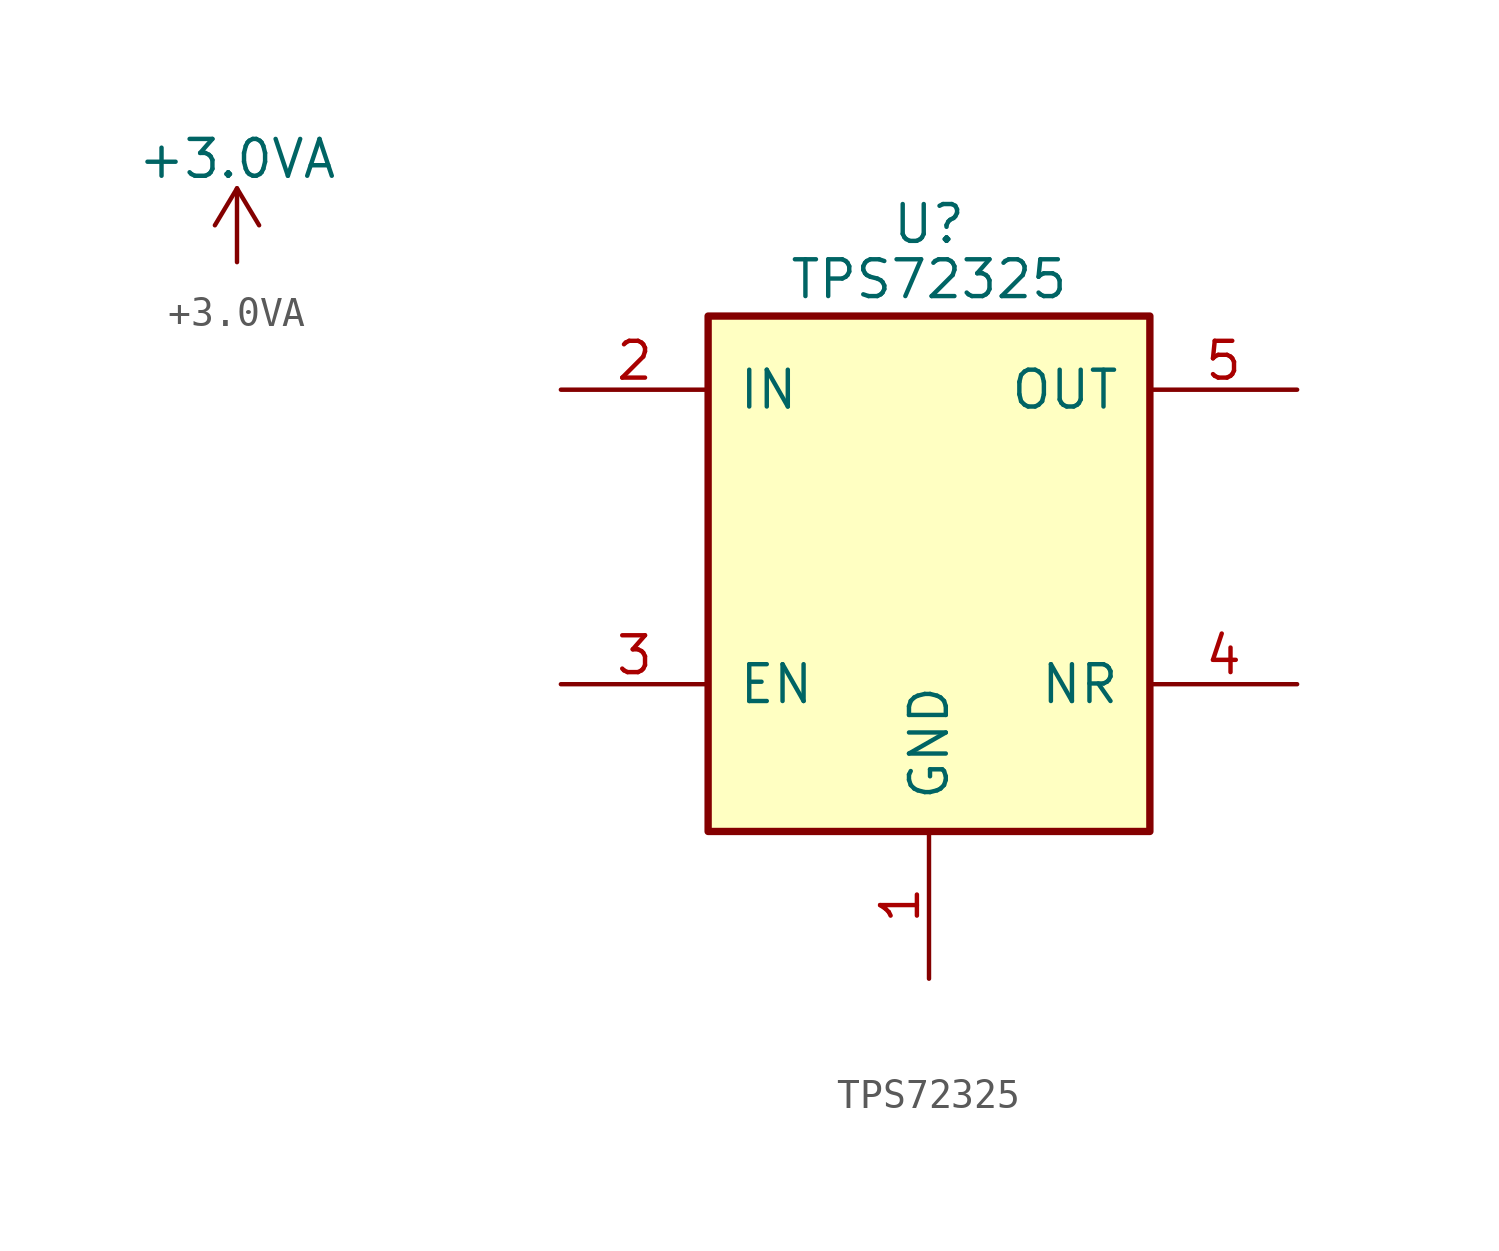
<source format=kicad_sym>
(kicad_symbol_lib
  (version 20220914)
  (generator kicad_symbol_editor)
  (symbol "+3.0VA"
    (power)
    (pin_names
      (offset 0))
    (property "Reference" "#PWR"
      (at 0 -3.81 0)
      (effects (font (size 1.27 1.27)) hide))
    (property "Value" "+3.0VA"
      (at 0 3.556 0)
      (effects (font (size 1.27 1.27))))
    (symbol "+3.0VA_0_1"
      (polyline (pts (xy -0.762 1.27) (xy 0 2.54)) (stroke (width 0) (type default)) (fill (type none)))
      (polyline (pts (xy 0 0) (xy 0 2.54)) (stroke (width 0) (type default)) (fill (type none)))
      (polyline (pts (xy 0 2.54) (xy 0.762 1.27)) (stroke (width 0) (type default)) (fill (type none))))
    (symbol "+3.0VA_1_1"
      (pin power_in line (at 0 0 90) (length 0) hide (name "+3.0VA" (effects (font (size 1.27 1.27)))) (number "1" (effects (font (size 1.27 1.27)))))))
  (symbol "TPS72325"
    (pin_names
      (offset 1.016))
    (property "Reference" "U"
      (at 0 10.795 0)
      (effects (font (size 1.27 1.27))))
    (property "Value" "TPS72325"
      (at 0 8.89 0)
      (effects (font (size 1.27 1.27))))
    (symbol "TPS72325_0_1"
      (rectangle (start -7.62 7.62) (end 7.62 -10.16) (stroke (width 0.254) (type default)) (fill (type background))))
    (symbol "TPS72325_1_1"
      (pin power_in line (at 0 -15.24 90) (length 5.08) (name "GND" (effects (font (size 1.27 1.27)))) (number "1" (effects (font (size 1.27 1.27)))))
      (pin power_in line (at -12.7 5.08 0) (length 5.08) (name "IN" (effects (font (size 1.27 1.27)))) (number "2" (effects (font (size 1.27 1.27)))))
      (pin input line (at -12.7 -5.08 0) (length 5.08) (name "EN" (effects (font (size 1.27 1.27)))) (number "3" (effects (font (size 1.27 1.27)))))
      (pin input line (at 12.7 -5.08 180) (length 5.08) (name "NR" (effects (font (size 1.27 1.27)))) (number "4" (effects (font (size 1.27 1.27)))))
      (pin power_out line (at 12.7 5.08 180) (length 5.08) (name "OUT" (effects (font (size 1.27 1.27)))) (number "5" (effects (font (size 1.27 1.27))))))))
</source>
